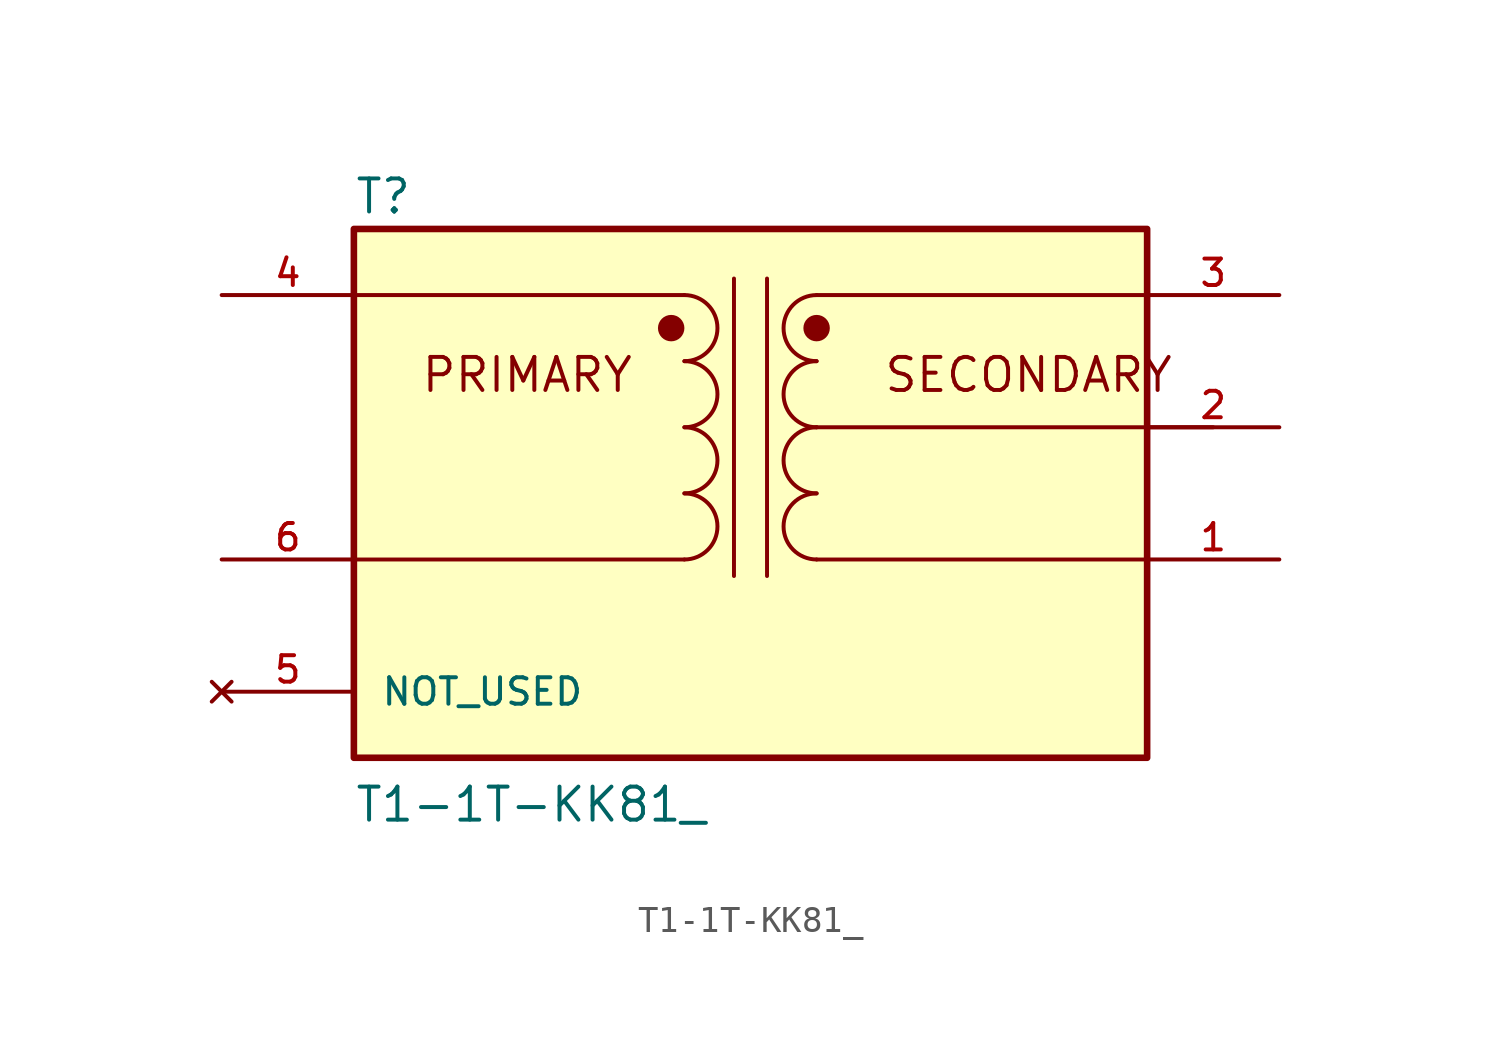
<source format=kicad_sym>
(kicad_symbol_lib
  (version 20211014)
  (generator kicad_symbol_editor)
  (symbol "T1-1T-KK81_"
    (pin_names
      (offset 1.016))
    (property "Reference" "T"
      (at -15.24 10.668 0)
      (effects (font (size 1.27 1.27)) (justify bottom left)))
    (property "Value" "T1-1T-KK81_"
      (at -15.24 -12.7 0)
      (effects (font (size 1.27 1.27)) (justify bottom left)))
    (symbol "T1-1T-KK81__0_0"
      (arc (start -2.54 0.0) (mid -1.27 1.27) (end -2.54 2.54) (stroke (width 0.1524) (type default) (color 0 0 0 0)) (fill (type none)))
      (arc (start -2.54 -2.54) (mid -1.27 -1.27) (end -2.54 0.0) (stroke (width 0.1524) (type default) (color 0 0 0 0)) (fill (type none)))
      (arc (start 2.54 0.0) (mid 1.27 -1.27) (end 2.54 -2.54) (stroke (width 0.1524) (type default) (color 0 0 0 0)) (fill (type none)))
      (arc (start 2.54 2.54) (mid 1.27 1.27) (end 2.54 0.0) (stroke (width 0.1524) (type default) (color 0 0 0 0)) (fill (type none)))
      (arc (start -2.54 2.54) (mid -1.27 3.81) (end -2.54 5.08) (stroke (width 0.1524) (type default) (color 0 0 0 0)) (fill (type none)))
      (arc (start -2.54 5.08) (mid -1.27 6.35) (end -2.54 7.62) (stroke (width 0.1524) (type default) (color 0 0 0 0)) (fill (type none)))
      (arc (start 2.54 5.08) (mid 1.27 3.81) (end 2.54 2.54) (stroke (width 0.1524) (type default) (color 0 0 0 0)) (fill (type none)))
      (arc (start 2.54 7.62) (mid 1.27 6.35) (end 2.54 5.08) (stroke (width 0.1524) (type default) (color 0 0 0 0)) (fill (type none)))
      (polyline (pts (xy -0.635 8.255) (xy -0.635 -3.175)) (stroke (width 0.152)))
      (polyline (pts (xy 0.635 8.255) (xy 0.635 -3.175)) (stroke (width 0.152)))
      (circle (center -3.048 6.35) (radius 0.254) (stroke (width 0.508)) (fill (type none)))
      (circle (center 2.54 6.35) (radius 0.254) (stroke (width 0.508)) (fill (type none)))
      (text "PRIMARY" (at -12.7 3.81 0) (effects (font (size 1.27 1.27)) (justify bottom left)))
      (text "SECONDARY" (at 5.08 3.81 0) (effects (font (size 1.27 1.27)) (justify bottom left)))
      (polyline (pts (xy -2.54 7.62) (xy -15.24 7.62)) (stroke (width 0.152)))
      (polyline (pts (xy -2.54 -2.54) (xy -15.24 -2.54)) (stroke (width 0.152)))
      (polyline (pts (xy 2.54 7.62) (xy 15.24 7.62)) (stroke (width 0.152)))
      (polyline (pts (xy 2.54 2.54) (xy 17.78 2.54)) (stroke (width 0.152)))
      (polyline (pts (xy 2.54 -2.54) (xy 15.24 -2.54)) (stroke (width 0.152)))
      (rectangle (start -15.24 -10.16) (end 15.24 10.16) (stroke (width 0.254)) (fill (type background)))
      (pin passive line (at -20.32 7.62 0) (length 5.08) (name "~" (effects (font (size 1.016 1.016)))) (number "4" (effects (font (size 1.016 1.016)))))
      (pin passive line (at 20.32 7.62 180.0) (length 5.08) (name "~" (effects (font (size 1.016 1.016)))) (number "3" (effects (font (size 1.016 1.016)))))
      (pin passive line (at -20.32 -2.54 0) (length 5.08) (name "~" (effects (font (size 1.016 1.016)))) (number "6" (effects (font (size 1.016 1.016)))))
      (pin passive line (at 20.32 -2.54 180.0) (length 5.08) (name "~" (effects (font (size 1.016 1.016)))) (number "1" (effects (font (size 1.016 1.016)))))
      (pin passive line (at 20.32 2.54 180.0) (length 5.08) (name "~" (effects (font (size 1.016 1.016)))) (number "2" (effects (font (size 1.016 1.016)))))
      (pin no_connect line (at -20.32 -7.62 0) (length 5.08) (name "NOT_USED" (effects (font (size 1.016 1.016)))) (number "5" (effects (font (size 1.016 1.016))))))))
</source>
